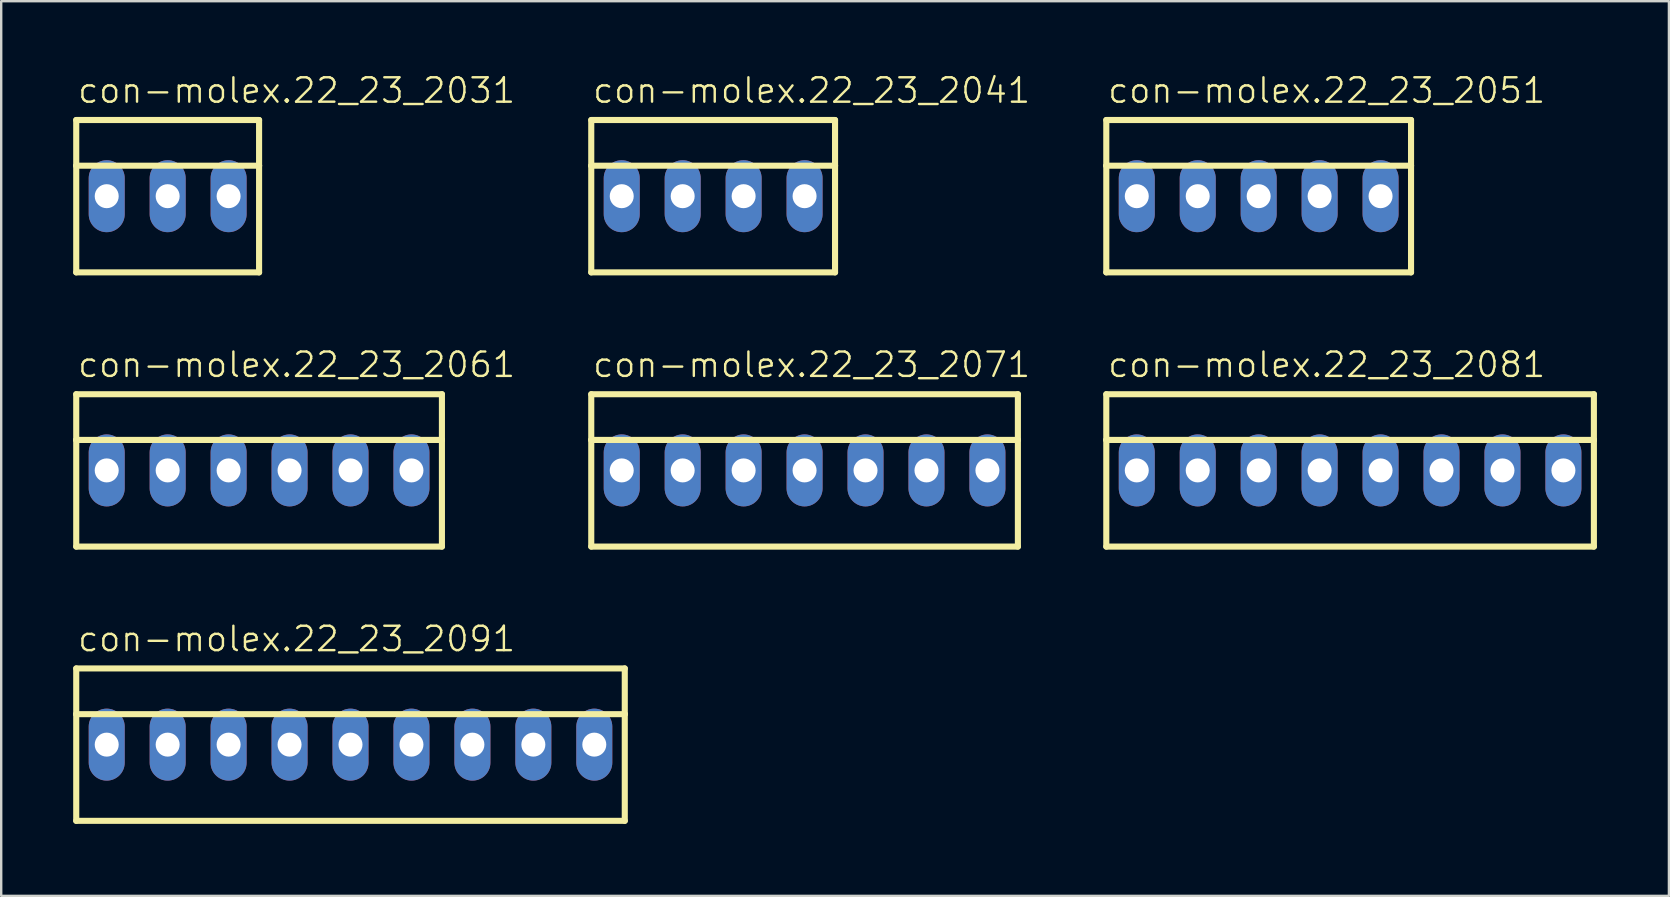
<source format=kicad_pcb>
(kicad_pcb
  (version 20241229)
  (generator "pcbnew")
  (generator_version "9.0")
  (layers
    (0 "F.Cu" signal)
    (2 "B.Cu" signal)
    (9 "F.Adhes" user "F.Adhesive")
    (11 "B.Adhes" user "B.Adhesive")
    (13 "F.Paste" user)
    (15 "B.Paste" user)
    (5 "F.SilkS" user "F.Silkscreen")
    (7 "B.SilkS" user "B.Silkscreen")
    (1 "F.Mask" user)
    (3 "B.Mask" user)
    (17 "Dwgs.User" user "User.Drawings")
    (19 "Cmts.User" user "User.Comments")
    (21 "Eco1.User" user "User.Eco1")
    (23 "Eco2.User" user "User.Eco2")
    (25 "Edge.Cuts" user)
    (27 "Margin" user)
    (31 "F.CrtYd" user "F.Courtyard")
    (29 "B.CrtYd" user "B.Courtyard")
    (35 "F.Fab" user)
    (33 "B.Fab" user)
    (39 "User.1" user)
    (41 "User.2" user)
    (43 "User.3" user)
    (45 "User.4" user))
  (footprint "con-molex.22_23_2051"
    (layer "F.Cu")
    (at 49.404 5.126)
    (property "Reference" "con-molex.22_23_2051" (at -6.35 -3.81 0) (layer "F.SilkS") (effects (font (size 1.016 1.016) (thickness 0.1)) (justify left bottom)))
    (attr through_hole)
    (fp_line (start -6.35 -3.175) (end 6.35 -3.175) (stroke (width 0.254) (type default)) (layer "F.SilkS"))
    (fp_line (start -6.35 -1.27) (end -6.35 -3.175) (stroke (width 0.254) (type default)) (layer "F.SilkS"))
    (fp_line (start -6.35 -1.27) (end 6.35 -1.27) (stroke (width 0.254) (type default)) (layer "F.SilkS"))
    (fp_line (start -6.35 3.175) (end -6.35 -1.27) (stroke (width 0.254) (type default)) (layer "F.SilkS"))
    (fp_line (start 6.35 -3.175) (end 6.35 -1.27) (stroke (width 0.254) (type default)) (layer "F.SilkS"))
    (fp_line (start 6.35 -1.27) (end 6.35 3.175) (stroke (width 0.254) (type default)) (layer "F.SilkS"))
    (fp_line (start 6.35 3.175) (end -6.35 3.175) (stroke (width 0.254) (type default)) (layer "F.SilkS"))
    (pad "1" thru_hole oval (at -5.08 0 90) (size 3 1.5) (drill 1) (layers "*.Cu" "*.Mask"))
    (pad "2" thru_hole oval (at -2.54 0 90) (size 3 1.5) (drill 1) (layers "*.Cu" "*.Mask"))
    (pad "3" thru_hole oval (at 0 0 90) (size 3 1.5) (drill 1) (layers "*.Cu" "*.Mask"))
    (pad "4" thru_hole oval (at 2.54 0 90) (size 3 1.5) (drill 1) (layers "*.Cu" "*.Mask"))
    (pad "5" thru_hole oval (at 5.08 0 90) (size 3 1.5) (drill 1) (layers "*.Cu" "*.Mask")))
  (footprint "con-molex.22_23_2031"
    (layer "F.Cu")
    (at 3.937 5.126)
    (property "Reference" "con-molex.22_23_2031" (at -3.81 -3.81 0) (layer "F.SilkS") (effects (font (size 1.016 1.016) (thickness 0.1)) (justify left bottom)))
    (attr through_hole)
    (fp_line (start -3.81 -3.175) (end 3.81 -3.175) (stroke (width 0.254) (type default)) (layer "F.SilkS"))
    (fp_line (start -3.81 -1.27) (end -3.81 -3.175) (stroke (width 0.254) (type default)) (layer "F.SilkS"))
    (fp_line (start -3.81 -1.27) (end 3.81 -1.27) (stroke (width 0.254) (type default)) (layer "F.SilkS"))
    (fp_line (start -3.81 3.175) (end -3.81 -1.27) (stroke (width 0.254) (type default)) (layer "F.SilkS"))
    (fp_line (start 3.81 -3.175) (end 3.81 -1.27) (stroke (width 0.254) (type default)) (layer "F.SilkS"))
    (fp_line (start 3.81 -1.27) (end 3.81 3.175) (stroke (width 0.254) (type default)) (layer "F.SilkS"))
    (fp_line (start 3.81 3.175) (end -3.81 3.175) (stroke (width 0.254) (type default)) (layer "F.SilkS"))
    (pad "1" thru_hole oval (at -2.54 0 90) (size 3 1.5) (drill 1) (layers "*.Cu" "*.Mask"))
    (pad "2" thru_hole oval (at 0 0 90) (size 3 1.5) (drill 1) (layers "*.Cu" "*.Mask"))
    (pad "3" thru_hole oval (at 2.54 0 90) (size 3 1.5) (drill 1) (layers "*.Cu" "*.Mask")))
  (footprint "con-molex.22_23_2041"
    (layer "F.Cu")
    (at 26.67 5.126)
    (property "Reference" "con-molex.22_23_2041" (at -5.08 -3.81 0) (layer "F.SilkS") (effects (font (size 1.016 1.016) (thickness 0.1)) (justify left bottom)))
    (attr through_hole)
    (fp_line (start -5.08 -3.175) (end 5.08 -3.175) (stroke (width 0.254) (type default)) (layer "F.SilkS"))
    (fp_line (start -5.08 -1.27) (end -5.08 -3.175) (stroke (width 0.254) (type default)) (layer "F.SilkS"))
    (fp_line (start -5.08 -1.27) (end 5.08 -1.27) (stroke (width 0.254) (type default)) (layer "F.SilkS"))
    (fp_line (start -5.08 3.175) (end -5.08 -1.27) (stroke (width 0.254) (type default)) (layer "F.SilkS"))
    (fp_line (start 5.08 -3.175) (end 5.08 -1.27) (stroke (width 0.254) (type default)) (layer "F.SilkS"))
    (fp_line (start 5.08 -1.27) (end 5.08 3.175) (stroke (width 0.254) (type default)) (layer "F.SilkS"))
    (fp_line (start 5.08 3.175) (end -5.08 3.175) (stroke (width 0.254) (type default)) (layer "F.SilkS"))
    (pad "1" thru_hole oval (at -3.81 0 90) (size 3 1.5) (drill 1) (layers "*.Cu" "*.Mask"))
    (pad "2" thru_hole oval (at -1.27 0 90) (size 3 1.5) (drill 1) (layers "*.Cu" "*.Mask"))
    (pad "3" thru_hole oval (at 1.27 0 90) (size 3 1.5) (drill 1) (layers "*.Cu" "*.Mask"))
    (pad "4" thru_hole oval (at 3.81 0 90) (size 3 1.5) (drill 1) (layers "*.Cu" "*.Mask")))
  (footprint "con-molex.22_23_2081"
    (layer "F.Cu")
    (at 53.214 16.554)
    (property "Reference" "con-molex.22_23_2081" (at -10.16 -3.81 0) (layer "F.SilkS") (effects (font (size 1.016 1.016) (thickness 0.1)) (justify left bottom)))
    (attr through_hole)
    (fp_line (start -10.16 -3.175) (end 10.16 -3.175) (stroke (width 0.254) (type default)) (layer "F.SilkS"))
    (fp_line (start -10.16 -1.27) (end -10.16 -3.175) (stroke (width 0.254) (type default)) (layer "F.SilkS"))
    (fp_line (start -10.16 -1.27) (end 10.16 -1.27) (stroke (width 0.254) (type default)) (layer "F.SilkS"))
    (fp_line (start -10.16 3.175) (end -10.16 -1.27) (stroke (width 0.254) (type default)) (layer "F.SilkS"))
    (fp_line (start 10.16 -3.175) (end 10.16 -1.27) (stroke (width 0.254) (type default)) (layer "F.SilkS"))
    (fp_line (start 10.16 -1.27) (end 10.16 3.175) (stroke (width 0.254) (type default)) (layer "F.SilkS"))
    (fp_line (start 10.16 3.175) (end -10.16 3.175) (stroke (width 0.254) (type default)) (layer "F.SilkS"))
    (pad "1" thru_hole oval (at -8.89 0 90) (size 3 1.5) (drill 1) (layers "*.Cu" "*.Mask"))
    (pad "2" thru_hole oval (at -6.35 0 90) (size 3 1.5) (drill 1) (layers "*.Cu" "*.Mask"))
    (pad "3" thru_hole oval (at -3.81 0 90) (size 3 1.5) (drill 1) (layers "*.Cu" "*.Mask"))
    (pad "4" thru_hole oval (at -1.27 0 90) (size 3 1.5) (drill 1) (layers "*.Cu" "*.Mask"))
    (pad "5" thru_hole oval (at 1.27 0 90) (size 3 1.5) (drill 1) (layers "*.Cu" "*.Mask"))
    (pad "6" thru_hole oval (at 3.81 0 90) (size 3 1.5) (drill 1) (layers "*.Cu" "*.Mask"))
    (pad "7" thru_hole oval (at 6.35 0 90) (size 3 1.5) (drill 1) (layers "*.Cu" "*.Mask"))
    (pad "8" thru_hole oval (at 8.89 0 90) (size 3 1.5) (drill 1) (layers "*.Cu" "*.Mask")))
  (footprint "con-molex.22_23_2091"
    (layer "F.Cu")
    (at 11.557 27.982)
    (property "Reference" "con-molex.22_23_2091" (at -11.43 -3.81 0) (layer "F.SilkS") (effects (font (size 1.016 1.016) (thickness 0.1)) (justify left bottom)))
    (attr through_hole)
    (fp_line (start -11.43 -3.175) (end 11.43 -3.175) (stroke (width 0.254) (type default)) (layer "F.SilkS"))
    (fp_line (start -11.43 -1.27) (end -11.43 -3.175) (stroke (width 0.254) (type default)) (layer "F.SilkS"))
    (fp_line (start -11.43 -1.27) (end 11.43 -1.27) (stroke (width 0.254) (type default)) (layer "F.SilkS"))
    (fp_line (start -11.43 3.175) (end -11.43 -1.27) (stroke (width 0.254) (type default)) (layer "F.SilkS"))
    (fp_line (start 11.43 -3.175) (end 11.43 -1.27) (stroke (width 0.254) (type default)) (layer "F.SilkS"))
    (fp_line (start 11.43 -1.27) (end 11.43 3.175) (stroke (width 0.254) (type default)) (layer "F.SilkS"))
    (fp_line (start 11.43 3.175) (end -11.43 3.175) (stroke (width 0.254) (type default)) (layer "F.SilkS"))
    (pad "1" thru_hole oval (at -10.16 0 90) (size 3 1.5) (drill 1) (layers "*.Cu" "*.Mask"))
    (pad "2" thru_hole oval (at -7.62 0 90) (size 3 1.5) (drill 1) (layers "*.Cu" "*.Mask"))
    (pad "3" thru_hole oval (at -5.08 0 90) (size 3 1.5) (drill 1) (layers "*.Cu" "*.Mask"))
    (pad "4" thru_hole oval (at -2.54 0 90) (size 3 1.5) (drill 1) (layers "*.Cu" "*.Mask"))
    (pad "5" thru_hole oval (at 0 0 90) (size 3 1.5) (drill 1) (layers "*.Cu" "*.Mask"))
    (pad "6" thru_hole oval (at 2.54 0 90) (size 3 1.5) (drill 1) (layers "*.Cu" "*.Mask"))
    (pad "7" thru_hole oval (at 5.08 0 90) (size 3 1.5) (drill 1) (layers "*.Cu" "*.Mask"))
    (pad "8" thru_hole oval (at 7.62 0 90) (size 3 1.5) (drill 1) (layers "*.Cu" "*.Mask"))
    (pad "9" thru_hole oval (at 10.16 0 90) (size 3 1.5) (drill 1) (layers "*.Cu" "*.Mask")))
  (footprint "con-molex.22_23_2071"
    (layer "F.Cu")
    (at 30.48 16.554)
    (property "Reference" "con-molex.22_23_2071" (at -8.89 -3.81 0) (layer "F.SilkS") (effects (font (size 1.016 1.016) (thickness 0.1)) (justify left bottom)))
    (attr through_hole)
    (fp_line (start -8.89 -3.175) (end 8.89 -3.175) (stroke (width 0.254) (type default)) (layer "F.SilkS"))
    (fp_line (start -8.89 -1.27) (end -8.89 -3.175) (stroke (width 0.254) (type default)) (layer "F.SilkS"))
    (fp_line (start -8.89 -1.27) (end 8.89 -1.27) (stroke (width 0.254) (type default)) (layer "F.SilkS"))
    (fp_line (start -8.89 3.175) (end -8.89 -1.27) (stroke (width 0.254) (type default)) (layer "F.SilkS"))
    (fp_line (start 8.89 -3.175) (end 8.89 -1.27) (stroke (width 0.254) (type default)) (layer "F.SilkS"))
    (fp_line (start 8.89 -1.27) (end 8.89 3.175) (stroke (width 0.254) (type default)) (layer "F.SilkS"))
    (fp_line (start 8.89 3.175) (end -8.89 3.175) (stroke (width 0.254) (type default)) (layer "F.SilkS"))
    (pad "1" thru_hole oval (at -7.62 0 90) (size 3 1.5) (drill 1) (layers "*.Cu" "*.Mask"))
    (pad "2" thru_hole oval (at -5.08 0 90) (size 3 1.5) (drill 1) (layers "*.Cu" "*.Mask"))
    (pad "3" thru_hole oval (at -2.54 0 90) (size 3 1.5) (drill 1) (layers "*.Cu" "*.Mask"))
    (pad "4" thru_hole oval (at 0 0 90) (size 3 1.5) (drill 1) (layers "*.Cu" "*.Mask"))
    (pad "5" thru_hole oval (at 2.54 0 90) (size 3 1.5) (drill 1) (layers "*.Cu" "*.Mask"))
    (pad "6" thru_hole oval (at 5.08 0 90) (size 3 1.5) (drill 1) (layers "*.Cu" "*.Mask"))
    (pad "7" thru_hole oval (at 7.62 0 90) (size 3 1.5) (drill 1) (layers "*.Cu" "*.Mask")))
  (footprint "con-molex.22_23_2061"
    (layer "F.Cu")
    (at 7.747 16.554)
    (property "Reference" "con-molex.22_23_2061" (at -7.62 -3.81 0) (layer "F.SilkS") (effects (font (size 1.016 1.016) (thickness 0.1)) (justify left bottom)))
    (attr through_hole)
    (fp_line (start -7.62 -3.175) (end 7.62 -3.175) (stroke (width 0.254) (type default)) (layer "F.SilkS"))
    (fp_line (start -7.62 -1.27) (end -7.62 -3.175) (stroke (width 0.254) (type default)) (layer "F.SilkS"))
    (fp_line (start -7.62 -1.27) (end 7.62 -1.27) (stroke (width 0.254) (type default)) (layer "F.SilkS"))
    (fp_line (start -7.62 3.175) (end -7.62 -1.27) (stroke (width 0.254) (type default)) (layer "F.SilkS"))
    (fp_line (start 7.62 -3.175) (end 7.62 -1.27) (stroke (width 0.254) (type default)) (layer "F.SilkS"))
    (fp_line (start 7.62 -1.27) (end 7.62 3.175) (stroke (width 0.254) (type default)) (layer "F.SilkS"))
    (fp_line (start 7.62 3.175) (end -7.62 3.175) (stroke (width 0.254) (type default)) (layer "F.SilkS"))
    (pad "1" thru_hole oval (at -6.35 0 90) (size 3 1.5) (drill 1) (layers "*.Cu" "*.Mask"))
    (pad "2" thru_hole oval (at -3.81 0 90) (size 3 1.5) (drill 1) (layers "*.Cu" "*.Mask"))
    (pad "3" thru_hole oval (at -1.27 0 90) (size 3 1.5) (drill 1) (layers "*.Cu" "*.Mask"))
    (pad "4" thru_hole oval (at 1.27 0 90) (size 3 1.5) (drill 1) (layers "*.Cu" "*.Mask"))
    (pad "5" thru_hole oval (at 3.81 0 90) (size 3 1.5) (drill 1) (layers "*.Cu" "*.Mask"))
    (pad "6" thru_hole oval (at 6.35 0 90) (size 3 1.5) (drill 1) (layers "*.Cu" "*.Mask")))
  (gr_rect
    (start -3 -3)
    (end 66.501 34.284)
    (stroke (width 0.1) (type default))
    (fill no)
    (layer "Edge.Cuts")))
</source>
